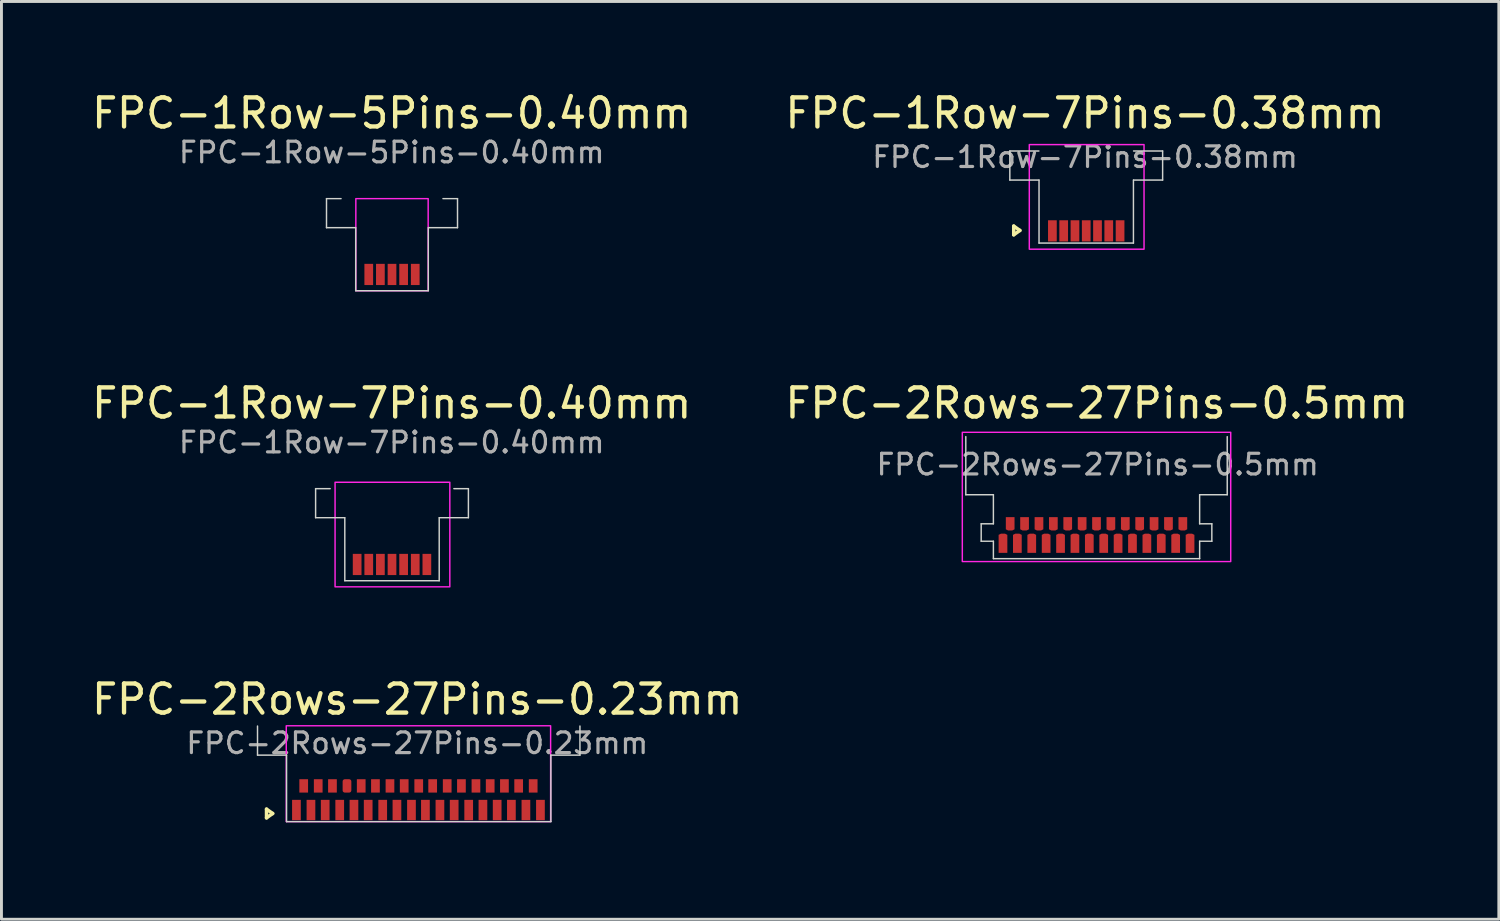
<source format=kicad_pcb>
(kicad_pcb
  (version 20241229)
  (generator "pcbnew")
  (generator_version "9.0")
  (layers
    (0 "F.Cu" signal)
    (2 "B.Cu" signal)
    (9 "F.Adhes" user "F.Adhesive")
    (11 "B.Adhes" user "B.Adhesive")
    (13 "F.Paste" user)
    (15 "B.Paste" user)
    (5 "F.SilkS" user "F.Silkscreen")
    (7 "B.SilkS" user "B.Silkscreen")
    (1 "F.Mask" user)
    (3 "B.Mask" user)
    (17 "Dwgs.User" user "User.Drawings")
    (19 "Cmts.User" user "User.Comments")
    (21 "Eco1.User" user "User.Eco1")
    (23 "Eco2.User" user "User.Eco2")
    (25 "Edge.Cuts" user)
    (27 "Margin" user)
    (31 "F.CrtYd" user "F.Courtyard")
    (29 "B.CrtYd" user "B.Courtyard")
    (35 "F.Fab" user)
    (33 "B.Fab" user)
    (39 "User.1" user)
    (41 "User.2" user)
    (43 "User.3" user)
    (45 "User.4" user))
  (footprint "FPC-2Rows-27Pins-0.23mm"
    (layer "F.Cu")
    (at 11.355 23.535)
    (property "Reference" "FPC-2Rows-27Pins-0.23mm" (at -0.04 -2.51 0) (layer "F.SilkS") (effects (font (size 1 1) (thickness 0.15))))
    (attr smd)
    (fp_poly (pts (xy -4.55 1.7) (xy -4.55 0) (xy 4.55 0) (xy 4.55 1.7)) (stroke (width 0.1) (type solid)) (fill yes) (layer "F.Mask"))
    (fp_line (start -5.23 1.27) (end -5.018 1.42) (stroke (width 0.12) (type solid)) (layer "F.SilkS"))
    (fp_line (start -5.23 1.57) (end -5.23 1.27) (stroke (width 0.12) (type solid)) (layer "F.SilkS"))
    (fp_line (start -5.018 1.42) (end -5.23 1.57) (stroke (width 0.12) (type solid)) (layer "F.SilkS"))
    (fp_line (start -5.54 -0.59) (end -5.54 -1.59) (stroke (width 0.05) (type default)) (layer "Edge.Cuts"))
    (fp_line (start -4.54 -0.59) (end -5.54 -0.59) (stroke (width 0.05) (type default)) (layer "Edge.Cuts"))
    (fp_line (start -4.54 1.7) (end -4.54 -0.59) (stroke (width 0.05) (type default)) (layer "Edge.Cuts"))
    (fp_line (start -4.54 1.7) (end 4.56 1.7) (stroke (width 0.05) (type default)) (layer "Edge.Cuts"))
    (fp_line (start 4.56 -0.59) (end 5.56 -0.59) (stroke (width 0.05) (type default)) (layer "Edge.Cuts"))
    (fp_line (start 4.56 1.7) (end 4.56 -0.59) (stroke (width 0.05) (type default)) (layer "Edge.Cuts"))
    (fp_line (start 5.56 -0.59) (end 5.56 -1.59) (stroke (width 0.05) (type default)) (layer "Edge.Cuts"))
    (fp_rect (start -4.55 -1.6) (end 4.55 1.7) (stroke (width 0.05) (type default)) (fill no) (layer "F.CrtYd"))
    (fp_line (start -4.2 2.05) (end 4.2 2.05) (stroke (width 0.02) (type default)) (layer "User.1"))
    (fp_text user "${REFERENCE}" (at -0.04 -1 0) (layer "F.Fab") (effects (font (size 0.71 0.71) (thickness 0.11))))
    (pad "1" smd rect (at -4.2 1.3) (size 0.3 0.7) (layers "F.Cu" "F.Mask" "F.Paste"))
    (pad "2" smd rect (at -3.95 0.47) (size 0.3 0.46) (layers "F.Cu" "F.Mask" "F.Paste"))
    (pad "3" smd rect (at -3.7 1.3) (size 0.3 0.7) (layers "F.Cu" "F.Mask" "F.Paste"))
    (pad "4" smd rect (at -3.45 0.47) (size 0.3 0.46) (layers "F.Cu" "F.Mask" "F.Paste"))
    (pad "5" smd rect (at -3.21 1.3) (size 0.3 0.7) (layers "F.Cu" "F.Mask" "F.Paste"))
    (pad "6" smd rect (at -2.96 0.47) (size 0.3 0.46) (layers "F.Cu" "F.Mask" "F.Paste"))
    (pad "7" smd rect (at -2.71 1.3) (size 0.3 0.7) (layers "F.Cu" "F.Mask" "F.Paste"))
    (pad "8" smd roundrect (at -2.46 0.47) (size 0.3 0.46) (layers "F.Cu" "F.Mask" "F.Paste") (roundrect_rratio 0.25))
    (pad "9" smd rect (at -2.22 1.3) (size 0.3 0.7) (layers "F.Cu" "F.Mask" "F.Paste"))
    (pad "10" smd rect (at -1.97 0.47) (size 0.3 0.46) (layers "F.Cu" "F.Mask" "F.Paste"))
    (pad "11" smd rect (at -1.73 1.3) (size 0.3 0.7) (layers "F.Cu" "F.Mask" "F.Paste"))
    (pad "12" smd rect (at -1.48 0.47) (size 0.3 0.46) (layers "F.Cu" "F.Mask" "F.Paste"))
    (pad "13" smd rect (at -1.23 1.3) (size 0.3 0.7) (layers "F.Cu" "F.Mask" "F.Paste"))
    (pad "14" smd rect (at -0.98 0.47) (size 0.3 0.46) (layers "F.Cu" "F.Mask" "F.Paste"))
    (pad "15" smd rect (at -0.74 1.3) (size 0.3 0.7) (layers "F.Cu" "F.Mask" "F.Paste"))
    (pad "16" smd rect (at -0.49 0.47) (size 0.3 0.46) (layers "F.Cu" "F.Mask" "F.Paste"))
    (pad "17" smd rect (at -0.24 1.3) (size 0.3 0.7) (layers "F.Cu" "F.Mask" "F.Paste"))
    (pad "18" smd rect (at 0.01 0.47) (size 0.3 0.46) (layers "F.Cu" "F.Mask" "F.Paste"))
    (pad "19" smd rect (at 0.24 1.3) (size 0.3 0.7) (layers "F.Cu" "F.Mask" "F.Paste"))
    (pad "20" smd rect (at 0.49 0.47) (size 0.3 0.46) (layers "F.Cu" "F.Mask" "F.Paste"))
    (pad "21" smd rect (at 0.74 1.3) (size 0.3 0.7) (layers "F.Cu" "F.Mask" "F.Paste"))
    (pad "22" smd rect (at 0.99 0.47) (size 0.3 0.46) (layers "F.Cu" "F.Mask" "F.Paste"))
    (pad "23" smd rect (at 1.23 1.3) (size 0.3 0.7) (layers "F.Cu" "F.Mask" "F.Paste"))
    (pad "24" smd rect (at 1.48 0.47) (size 0.3 0.46) (layers "F.Cu" "F.Mask" "F.Paste"))
    (pad "25" smd rect (at 1.73 1.3) (size 0.3 0.7) (layers "F.Cu" "F.Mask" "F.Paste"))
    (pad "26" smd rect (at 1.98 0.47) (size 0.3 0.46) (layers "F.Cu" "F.Mask" "F.Paste"))
    (pad "27" smd rect (at 2.22 1.3) (size 0.3 0.7) (layers "F.Cu" "F.Mask" "F.Paste"))
    (pad "28" smd rect (at 2.47 0.47) (size 0.3 0.46) (layers "F.Cu" "F.Mask" "F.Paste"))
    (pad "29" smd rect (at 2.71 1.3) (size 0.3 0.7) (layers "F.Cu" "F.Mask" "F.Paste"))
    (pad "30" smd rect (at 2.96 0.47) (size 0.3 0.46) (layers "F.Cu" "F.Mask" "F.Paste"))
    (pad "31" smd rect (at 3.2 1.3) (size 0.3 0.7) (layers "F.Cu" "F.Mask" "F.Paste"))
    (pad "32" smd rect (at 3.45 0.47) (size 0.3 0.46) (layers "F.Cu" "F.Mask" "F.Paste"))
    (pad "33" smd rect (at 3.7 1.3) (size 0.3 0.7) (layers "F.Cu" "F.Mask" "F.Paste"))
    (pad "34" smd rect (at 3.95 0.47) (size 0.3 0.46) (layers "F.Cu" "F.Mask" "F.Paste"))
    (pad "35" smd rect (at 4.2 1.3) (size 0.3 0.7) (layers "F.Cu" "F.Mask" "F.Paste")))
  (footprint "FPC-2Rows-27Pins-0.5mm"
    (layer "F.Cu")
    (at 34.698 13.982)
    (property "Reference" "FPC-2Rows-27Pins-0.5mm" (at 0.01 -3.15 0) (layer "F.SilkS") (effects (font (size 1 1) (thickness 0.15))))
    (attr smd)
    (fp_poly (pts (xy -3.97 2.18) (xy -3.97 0.34) (xy 3.97 0.34) (xy 3.97 2.18)) (stroke (width 0.1) (type solid)) (fill yes) (layer "F.Mask"))
    (fp_line (start -4.5 0) (end -4.5 -2) (stroke (width 0.05) (type solid)) (layer "Edge.Cuts"))
    (fp_line (start -4.5 0) (end -3.55 0) (stroke (width 0.05) (type solid)) (layer "Edge.Cuts"))
    (fp_line (start -3.97 1) (end -3.55 1) (stroke (width 0.05) (type default)) (layer "Edge.Cuts"))
    (fp_line (start -3.97 1.6) (end -3.97 1) (stroke (width 0.05) (type solid)) (layer "Edge.Cuts"))
    (fp_line (start -3.97 1.6) (end -3.55 1.6) (stroke (width 0.05) (type default)) (layer "Edge.Cuts"))
    (fp_line (start -3.55 1) (end -3.55 0) (stroke (width 0.05) (type solid)) (layer "Edge.Cuts"))
    (fp_line (start -3.55 2.2) (end -3.55 1.6) (stroke (width 0.05) (type solid)) (layer "Edge.Cuts"))
    (fp_line (start -3.55 2.2) (end 3.55 2.2) (stroke (width 0.05) (type solid)) (layer "Edge.Cuts"))
    (fp_line (start 3.55 0) (end 4.5 0) (stroke (width 0.05) (type solid)) (layer "Edge.Cuts"))
    (fp_line (start 3.55 1) (end 3.55 0) (stroke (width 0.05) (type solid)) (layer "Edge.Cuts"))
    (fp_line (start 3.55 1) (end 3.97 1) (stroke (width 0.05) (type default)) (layer "Edge.Cuts"))
    (fp_line (start 3.55 2.2) (end 3.55 1.6) (stroke (width 0.05) (type solid)) (layer "Edge.Cuts"))
    (fp_line (start 3.97 1.6) (end 3.55 1.6) (stroke (width 0.05) (type default)) (layer "Edge.Cuts"))
    (fp_line (start 3.97 1.6) (end 3.97 1) (stroke (width 0.05) (type solid)) (layer "Edge.Cuts"))
    (fp_line (start 4.5 0) (end 4.5 -2) (stroke (width 0.05) (type solid)) (layer "Edge.Cuts"))
    (fp_rect (start -4.62 -2.15) (end 4.62 2.3) (stroke (width 0.05) (type default)) (fill no) (layer "F.CrtYd"))
    (fp_text user "${REFERENCE}" (at 0.04 -1.04 0) (layer "F.Fab") (effects (font (size 0.71 0.71) (thickness 0.11))))
    (pad "1" smd custom (at -3.22 1.67) (size 0.3 0.3) (layers "F.Cu" "F.Mask" "F.Paste") (options (anchor rect)) (primitives (gr_poly (pts (xy 0.15 0.33) (xy -0.15 0.33) (xy -0.15 -0.29) (xy -0.07 -0.33) (xy 0.07 -0.33) (xy 0.15 -0.29)) (width 0) (fill yes))))
    (pad "2" smd custom (at -2.972 1) (size 0.3 0.3) (layers "F.Cu" "F.Mask" "F.Paste") (options (anchor rect)) (primitives (gr_poly (pts (xy -0.15 -0.23) (xy 0.15 -0.23) (xy 0.15 0.19) (xy 0.07 0.23) (xy -0.07 0.23) (xy -0.15 0.19)) (width 0) (fill yes))))
    (pad "3" smd custom (at -2.725 1.67) (size 0.3 0.3) (layers "F.Cu" "F.Mask" "F.Paste") (options (anchor rect)) (primitives (gr_poly (pts (xy 0.15 0.33) (xy -0.15 0.33) (xy -0.15 -0.29) (xy -0.07 -0.33) (xy 0.07 -0.33) (xy 0.15 -0.29)) (width 0) (fill yes))))
    (pad "4" smd custom (at -2.477 1) (size 0.3 0.3) (layers "F.Cu" "F.Mask" "F.Paste") (options (anchor rect)) (primitives (gr_poly (pts (xy -0.15 -0.23) (xy 0.15 -0.23) (xy 0.15 0.19) (xy 0.07 0.23) (xy -0.07 0.23) (xy -0.15 0.19)) (width 0) (fill yes))))
    (pad "5" smd custom (at -2.229 1.67) (size 0.3 0.3) (layers "F.Cu" "F.Mask" "F.Paste") (options (anchor rect)) (primitives (gr_poly (pts (xy 0.15 0.33) (xy -0.15 0.33) (xy -0.15 -0.29) (xy -0.07 -0.33) (xy 0.07 -0.33) (xy 0.15 -0.29)) (width 0) (fill yes))))
    (pad "6" smd custom (at -1.981 1) (size 0.3 0.3) (layers "F.Cu" "F.Mask" "F.Paste") (options (anchor rect)) (primitives (gr_poly (pts (xy -0.15 -0.23) (xy 0.15 -0.23) (xy 0.15 0.19) (xy 0.07 0.23) (xy -0.07 0.23) (xy -0.15 0.19)) (width 0) (fill yes))))
    (pad "7" smd custom (at -1.734 1.67) (size 0.3 0.3) (layers "F.Cu" "F.Mask" "F.Paste") (options (anchor rect)) (primitives (gr_poly (pts (xy 0.15 0.33) (xy -0.15 0.33) (xy -0.15 -0.29) (xy -0.07 -0.33) (xy 0.07 -0.33) (xy 0.15 -0.29)) (width 0) (fill yes))))
    (pad "8" smd custom (at -1.486 1) (size 0.3 0.3) (layers "F.Cu" "F.Mask" "F.Paste") (options (anchor rect)) (primitives (gr_poly (pts (xy -0.15 -0.23) (xy 0.15 -0.23) (xy 0.15 0.19) (xy 0.07 0.23) (xy -0.07 0.23) (xy -0.15 0.19)) (width 0) (fill yes))))
    (pad "9" smd custom (at -1.238 1.67) (size 0.3 0.3) (layers "F.Cu" "F.Mask" "F.Paste") (options (anchor rect)) (primitives (gr_poly (pts (xy 0.15 0.33) (xy -0.15 0.33) (xy -0.15 -0.29) (xy -0.07 -0.33) (xy 0.07 -0.33) (xy 0.15 -0.29)) (width 0) (fill yes))))
    (pad "10" smd custom (at -0.991 1) (size 0.3 0.3) (layers "F.Cu" "F.Mask" "F.Paste") (options (anchor rect)) (primitives (gr_poly (pts (xy -0.15 -0.23) (xy 0.15 -0.23) (xy 0.15 0.19) (xy 0.07 0.23) (xy -0.07 0.23) (xy -0.15 0.19)) (width 0) (fill yes))))
    (pad "11" smd custom (at -0.743 1.67) (size 0.3 0.3) (layers "F.Cu" "F.Mask" "F.Paste") (options (anchor rect)) (primitives (gr_poly (pts (xy 0.15 0.33) (xy -0.15 0.33) (xy -0.15 -0.29) (xy -0.07 -0.33) (xy 0.07 -0.33) (xy 0.15 -0.29)) (width 0) (fill yes))))
    (pad "12" smd custom (at -0.495 1) (size 0.3 0.3) (layers "F.Cu" "F.Mask" "F.Paste") (options (anchor rect)) (primitives (gr_poly (pts (xy -0.15 -0.23) (xy 0.15 -0.23) (xy 0.15 0.19) (xy 0.07 0.23) (xy -0.07 0.23) (xy -0.15 0.19)) (width 0) (fill yes))))
    (pad "13" smd custom (at -0.248 1.67) (size 0.3 0.3) (layers "F.Cu" "F.Mask" "F.Paste") (options (anchor rect)) (primitives (gr_poly (pts (xy 0.15 0.33) (xy -0.15 0.33) (xy -0.15 -0.29) (xy -0.07 -0.33) (xy 0.07 -0.33) (xy 0.15 -0.29)) (width 0) (fill yes))))
    (pad "14" smd custom (at 0 1) (size 0.3 0.3) (layers "F.Cu" "F.Mask" "F.Paste") (options (anchor rect)) (primitives (gr_poly (pts (xy -0.15 -0.23) (xy 0.15 -0.23) (xy 0.15 0.19) (xy 0.07 0.23) (xy -0.07 0.23) (xy -0.15 0.19)) (width 0) (fill yes))))
    (pad "15" smd custom (at 0.248 1.67) (size 0.3 0.3) (layers "F.Cu" "F.Mask" "F.Paste") (options (anchor rect)) (primitives (gr_poly (pts (xy 0.15 0.33) (xy -0.15 0.33) (xy -0.15 -0.29) (xy -0.07 -0.33) (xy 0.07 -0.33) (xy 0.15 -0.29)) (width 0) (fill yes))))
    (pad "16" smd custom (at 0.495 1) (size 0.3 0.3) (layers "F.Cu" "F.Mask" "F.Paste") (options (anchor rect)) (primitives (gr_poly (pts (xy -0.15 -0.23) (xy 0.15 -0.23) (xy 0.15 0.19) (xy 0.07 0.23) (xy -0.07 0.23) (xy -0.15 0.19)) (width 0) (fill yes))))
    (pad "17" smd custom (at 0.743 1.67) (size 0.3 0.3) (layers "F.Cu" "F.Mask" "F.Paste") (options (anchor rect)) (primitives (gr_poly (pts (xy 0.15 0.33) (xy -0.15 0.33) (xy -0.15 -0.29) (xy -0.07 -0.33) (xy 0.07 -0.33) (xy 0.15 -0.29)) (width 0) (fill yes))))
    (pad "18" smd custom (at 0.991 1) (size 0.3 0.3) (layers "F.Cu" "F.Mask" "F.Paste") (options (anchor rect)) (primitives (gr_poly (pts (xy -0.15 -0.23) (xy 0.15 -0.23) (xy 0.15 0.19) (xy 0.07 0.23) (xy -0.07 0.23) (xy -0.15 0.19)) (width 0) (fill yes))))
    (pad "19" smd custom (at 1.238 1.67) (size 0.3 0.3) (layers "F.Cu" "F.Mask" "F.Paste") (options (anchor rect)) (primitives (gr_poly (pts (xy 0.15 0.33) (xy -0.15 0.33) (xy -0.15 -0.29) (xy -0.07 -0.33) (xy 0.07 -0.33) (xy 0.15 -0.29)) (width 0) (fill yes))))
    (pad "20" smd custom (at 1.486 1) (size 0.3 0.3) (layers "F.Cu" "F.Mask" "F.Paste") (options (anchor rect)) (primitives (gr_poly (pts (xy -0.15 -0.23) (xy 0.15 -0.23) (xy 0.15 0.19) (xy 0.07 0.23) (xy -0.07 0.23) (xy -0.15 0.19)) (width 0) (fill yes))))
    (pad "21" smd custom (at 1.734 1.67) (size 0.3 0.3) (layers "F.Cu" "F.Mask" "F.Paste") (options (anchor rect)) (primitives (gr_poly (pts (xy 0.15 0.33) (xy -0.15 0.33) (xy -0.15 -0.29) (xy -0.07 -0.33) (xy 0.07 -0.33) (xy 0.15 -0.29)) (width 0) (fill yes))))
    (pad "22" smd custom (at 1.981 1) (size 0.3 0.3) (layers "F.Cu" "F.Mask" "F.Paste") (options (anchor rect)) (primitives (gr_poly (pts (xy -0.15 -0.23) (xy 0.15 -0.23) (xy 0.15 0.19) (xy 0.07 0.23) (xy -0.07 0.23) (xy -0.15 0.19)) (width 0) (fill yes))))
    (pad "23" smd custom (at 2.229 1.67) (size 0.3 0.3) (layers "F.Cu" "F.Mask" "F.Paste") (options (anchor rect)) (primitives (gr_poly (pts (xy 0.15 0.33) (xy -0.15 0.33) (xy -0.15 -0.29) (xy -0.07 -0.33) (xy 0.07 -0.33) (xy 0.15 -0.29)) (width 0) (fill yes))))
    (pad "24" smd custom (at 2.477 1) (size 0.3 0.3) (layers "F.Cu" "F.Mask" "F.Paste") (options (anchor rect)) (primitives (gr_poly (pts (xy -0.15 -0.23) (xy 0.15 -0.23) (xy 0.15 0.19) (xy 0.07 0.23) (xy -0.07 0.23) (xy -0.15 0.19)) (width 0) (fill yes))))
    (pad "25" smd custom (at 2.725 1.67) (size 0.3 0.3) (layers "F.Cu" "F.Mask" "F.Paste") (options (anchor rect)) (primitives (gr_poly (pts (xy 0.15 0.33) (xy -0.15 0.33) (xy -0.15 -0.29) (xy -0.07 -0.33) (xy 0.07 -0.33) (xy 0.15 -0.29)) (width 0) (fill yes))))
    (pad "26" smd custom (at 2.972 1) (size 0.3 0.3) (layers "F.Cu" "F.Mask" "F.Paste") (options (anchor rect)) (primitives (gr_poly (pts (xy -0.15 -0.23) (xy 0.15 -0.23) (xy 0.15 0.19) (xy 0.07 0.23) (xy -0.07 0.23) (xy -0.15 0.19)) (width 0) (fill yes))))
    (pad "27" smd custom (at 3.22 1.67) (size 0.3 0.3) (layers "F.Cu" "F.Mask" "F.Paste") (options (anchor rect)) (primitives (gr_poly (pts (xy 0.15 0.33) (xy -0.15 0.33) (xy -0.15 -0.29) (xy -0.07 -0.33) (xy 0.07 -0.33) (xy 0.15 -0.29)) (width 0) (fill yes)))))
  (footprint "FPC-1Row-5Pins-0.40mm"
    (layer "F.Cu")
    (at 10.445 4.998)
    (property "Reference" "FPC-1Row-5Pins-0.40mm" (at -0.01 -4.15 0) (layer "F.SilkS") (effects (font (size 1 1) (thickness 0.15))))
    (attr smd)
    (fp_poly (pts (xy -1.23 1.935) (xy -1.23 0.435) (xy 1.23 0.435) (xy 1.23 1.935)) (stroke (width 0.1) (type solid)) (fill yes) (layer "F.Mask"))
    (fp_line (start -2.255 -0.21) (end -2.255 -1.21) (stroke (width 0.05) (type default)) (layer "Edge.Cuts"))
    (fp_line (start -1.755 -1.21) (end -2.255 -1.21) (stroke (width 0.05) (type solid)) (layer "Edge.Cuts"))
    (fp_line (start -1.255 -0.21) (end -2.255 -0.21) (stroke (width 0.05) (type default)) (layer "Edge.Cuts"))
    (fp_line (start -1.25 1.96) (end -1.25 -0.21) (stroke (width 0.05) (type solid)) (layer "Edge.Cuts"))
    (fp_line (start -1.25 1.96) (end 1.25 1.96) (stroke (width 0.05) (type solid)) (layer "Edge.Cuts"))
    (fp_line (start 1.25 1.96) (end 1.25 -0.21) (stroke (width 0.05) (type solid)) (layer "Edge.Cuts"))
    (fp_line (start 1.255 -0.21) (end 2.255 -0.21) (stroke (width 0.05) (type default)) (layer "Edge.Cuts"))
    (fp_line (start 1.755 -1.21) (end 2.255 -1.21) (stroke (width 0.05) (type solid)) (layer "Edge.Cuts"))
    (fp_line (start 2.255 -0.21) (end 2.255 -1.21) (stroke (width 0.05) (type default)) (layer "Edge.Cuts"))
    (fp_rect (start -1.245 -1.21) (end 1.245 1.96) (stroke (width 0.05) (type default)) (fill no) (layer "F.CrtYd"))
    (fp_text user "${REFERENCE}" (at -0.01 -2.8 0) (layer "F.Fab") (effects (font (size 0.71 0.71) (thickness 0.11))))
    (pad "1" smd rect (at 0.8 1.4) (size 0.3 0.73) (layers "F.Cu" "F.Mask" "F.Paste"))
    (pad "2" smd rect (at 0.4 1.4) (size 0.3 0.73) (layers "F.Cu" "F.Mask" "F.Paste"))
    (pad "3" smd rect (at 0 1.4) (size 0.3 0.73) (layers "F.Cu" "F.Mask" "F.Paste"))
    (pad "4" smd rect (at -0.4 1.4) (size 0.3 0.73) (layers "F.Cu" "F.Mask" "F.Paste"))
    (pad "5" smd rect (at -0.8 1.4) (size 0.3 0.73) (layers "F.Cu" "F.Mask" "F.Paste")))
  (footprint "FPC-1Row-7Pins-0.38mm"
    (layer "F.Cu")
    (at 34.344 3.358)
    (property "Reference" "FPC-1Row-7Pins-0.38mm" (at -0.04 -2.51 0) (layer "F.SilkS") (effects (font (size 1 1) (thickness 0.15))))
    (attr smd)
    (fp_poly (pts (xy -1.75 1.94) (xy -1.75 0.24) (xy 1.75 0.24) (xy 1.75 1.94)) (stroke (width 0.1) (type solid)) (fill yes) (layer "F.Mask"))
    (fp_line (start -2.496 1.375) (end -2.284 1.525) (stroke (width 0.12) (type solid)) (layer "F.SilkS"))
    (fp_line (start -2.496 1.675) (end -2.496 1.375) (stroke (width 0.12) (type solid)) (layer "F.SilkS"))
    (fp_line (start -2.284 1.525) (end -2.496 1.675) (stroke (width 0.12) (type solid)) (layer "F.SilkS"))
    (fp_line (start -2.63 -0.21) (end -2.63 -1.21) (stroke (width 0.05) (type default)) (layer "Edge.Cuts"))
    (fp_line (start -1.63 -1.21) (end -2.63 -1.21) (stroke (width 0.05) (type default)) (layer "Edge.Cuts"))
    (fp_line (start -1.63 -0.21) (end -2.63 -0.21) (stroke (width 0.05) (type default)) (layer "Edge.Cuts"))
    (fp_line (start -1.625 1.96) (end -1.625 -0.21) (stroke (width 0.05) (type solid)) (layer "Edge.Cuts"))
    (fp_line (start -1.625 1.96) (end 1.625 1.96) (stroke (width 0.05) (type solid)) (layer "Edge.Cuts"))
    (fp_line (start 1.625 1.96) (end 1.625 -0.21) (stroke (width 0.05) (type solid)) (layer "Edge.Cuts"))
    (fp_line (start 1.63 -1.21) (end 2.63 -1.21) (stroke (width 0.05) (type default)) (layer "Edge.Cuts"))
    (fp_line (start 1.63 -0.21) (end 2.63 -0.21) (stroke (width 0.05) (type default)) (layer "Edge.Cuts"))
    (fp_line (start 2.63 -0.21) (end 2.63 -1.21) (stroke (width 0.05) (type default)) (layer "Edge.Cuts"))
    (fp_rect (start -1.96 -1.43) (end 1.99 2.17) (stroke (width 0.05) (type default)) (fill no) (layer "F.CrtYd"))
    (fp_text user "${REFERENCE}" (at -0.04 -1 0) (layer "F.Fab") (effects (font (size 0.71 0.71) (thickness 0.11))))
    (pad "1" smd rect (at -1.165 1.54) (size 0.3 0.73) (layers "F.Cu" "F.Mask" "F.Paste"))
    (pad "2" smd rect (at -0.776 1.54) (size 0.3 0.73) (layers "F.Cu" "F.Mask" "F.Paste"))
    (pad "3" smd rect (at -0.388 1.54) (size 0.3 0.73) (layers "F.Cu" "F.Mask" "F.Paste"))
    (pad "4" smd rect (at 0 1.54) (size 0.3 0.73) (layers "F.Cu" "F.Mask" "F.Paste"))
    (pad "5" smd rect (at 0.388 1.54) (size 0.3 0.73) (layers "F.Cu" "F.Mask" "F.Paste"))
    (pad "6" smd rect (at 0.776 1.54) (size 0.3 0.73) (layers "F.Cu" "F.Mask" "F.Paste"))
    (pad "7" smd rect (at 1.165 1.54) (size 0.3 0.73) (layers "F.Cu" "F.Mask" "F.Paste")))
  (footprint "FPC-1Row-7Pins-0.40mm"
    (layer "F.Cu")
    (at 10.445 14.982)
    (property "Reference" "FPC-1Row-7Pins-0.40mm" (at -0.01 -4.15 0) (layer "F.SilkS") (effects (font (size 1 1) (thickness 0.15))))
    (attr smd)
    (fp_poly (pts (xy -1.62 1.94) (xy -1.62 0.56) (xy 1.62 0.56) (xy 1.62 1.94)) (stroke (width 0.1) (type solid)) (fill yes) (layer "F.Mask"))
    (fp_line (start -2.63 -0.21) (end -2.63 -1.21) (stroke (width 0.05) (type default)) (layer "Edge.Cuts"))
    (fp_line (start -2.13 -1.21) (end -2.63 -1.21) (stroke (width 0.05) (type solid)) (layer "Edge.Cuts"))
    (fp_line (start -1.63 -0.21) (end -2.63 -0.21) (stroke (width 0.05) (type default)) (layer "Edge.Cuts"))
    (fp_line (start -1.625 1.96) (end -1.625 -0.21) (stroke (width 0.05) (type solid)) (layer "Edge.Cuts"))
    (fp_line (start -1.625 1.96) (end 1.625 1.96) (stroke (width 0.05) (type solid)) (layer "Edge.Cuts"))
    (fp_line (start 1.625 1.96) (end 1.625 -0.21) (stroke (width 0.05) (type solid)) (layer "Edge.Cuts"))
    (fp_line (start 1.63 -0.21) (end 2.63 -0.21) (stroke (width 0.05) (type default)) (layer "Edge.Cuts"))
    (fp_line (start 2.13 -1.21) (end 2.63 -1.21) (stroke (width 0.05) (type solid)) (layer "Edge.Cuts"))
    (fp_line (start 2.63 -0.21) (end 2.63 -1.21) (stroke (width 0.05) (type default)) (layer "Edge.Cuts"))
    (fp_rect (start -1.96 -1.43) (end 1.99 2.17) (stroke (width 0.05) (type default)) (fill no) (layer "F.CrtYd"))
    (fp_text user "${REFERENCE}" (at -0.01 -2.8 0) (layer "F.Fab") (effects (font (size 0.71 0.71) (thickness 0.11))))
    (pad "1" smd rect (at -1.2 1.4) (size 0.3 0.73) (layers "F.Cu" "F.Mask" "F.Paste"))
    (pad "2" smd rect (at -0.8 1.4) (size 0.3 0.73) (layers "F.Cu" "F.Mask" "F.Paste"))
    (pad "3" smd rect (at -0.4 1.4) (size 0.3 0.73) (layers "F.Cu" "F.Mask" "F.Paste"))
    (pad "4" smd rect (at 0 1.4) (size 0.3 0.73) (layers "F.Cu" "F.Mask" "F.Paste"))
    (pad "5" smd rect (at 0.4 1.4) (size 0.3 0.73) (layers "F.Cu" "F.Mask" "F.Paste"))
    (pad "6" smd rect (at 0.8 1.4) (size 0.3 0.73) (layers "F.Cu" "F.Mask" "F.Paste"))
    (pad "7" smd rect (at 1.2 1.4) (size 0.3 0.73) (layers "F.Cu" "F.Mask" "F.Paste")))
  (gr_rect
    (start -3 -3)
    (end 48.548 28.595)
    (stroke (width 0.1) (type default))
    (fill no)
    (layer "Edge.Cuts")))
</source>
